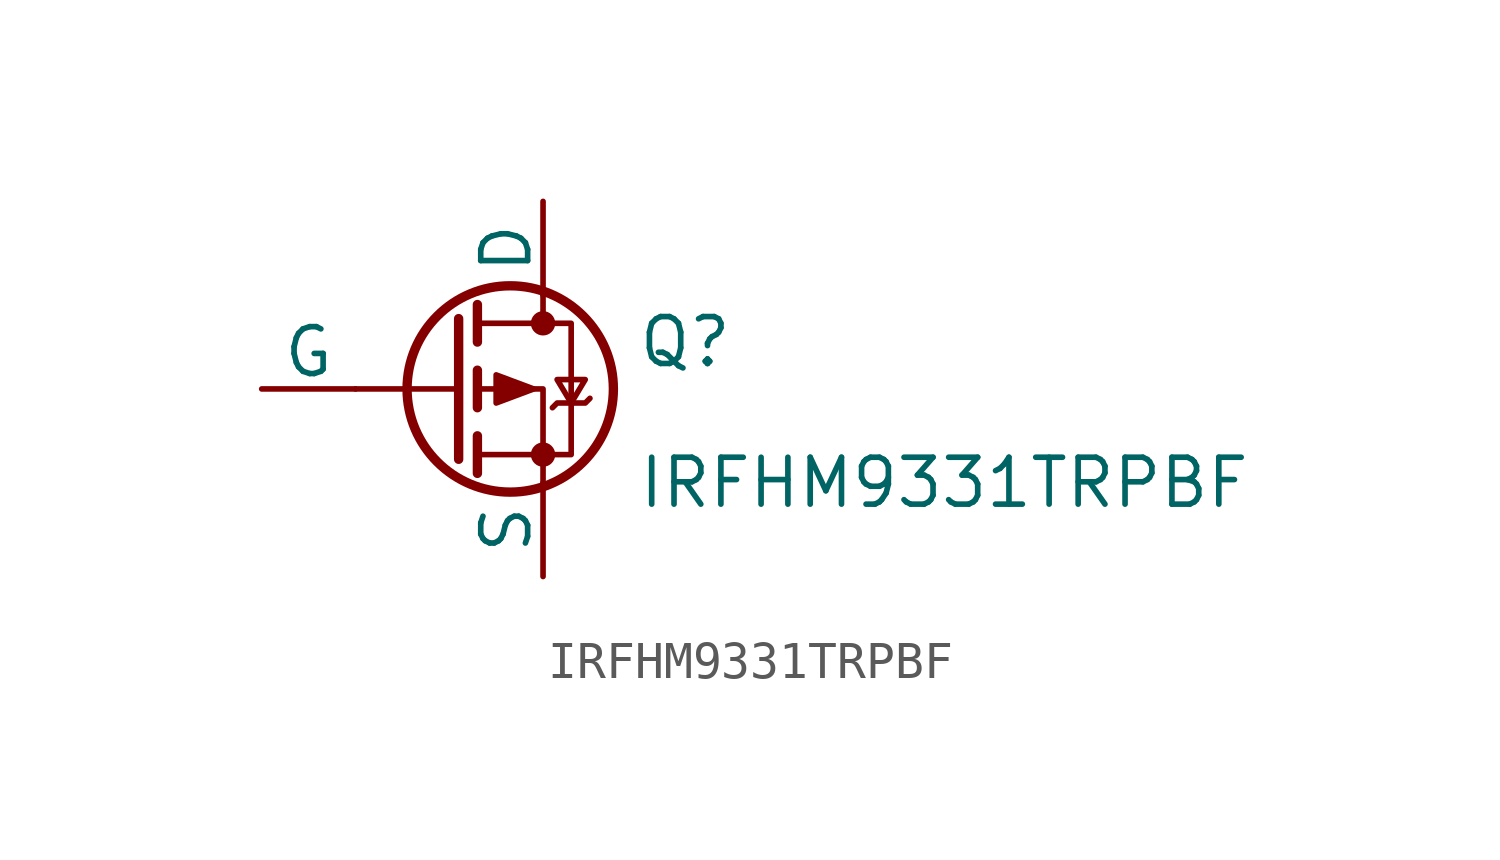
<source format=kicad_sym>
(kicad_symbol_lib
  (version 20220914)
  (generator kicad_symbol_editor)
  (symbol "IRFHM9331TRPBF"
    (pin_numbers hide)
    (pin_names
      (offset 0))
    (property "Reference" "Q"
      (at 5.08 1.27 0)
      (effects (font (size 1.27 1.27)) (justify left)))
    (property "Value" "IRFHM9331TRPBF"
      (at 5.08 -2.54 0)
      (effects (font (size 1.27 1.27)) (justify left)))
    (symbol "IRFHM9331TRPBF_0_1"
      (polyline (pts (xy 0.254 0) (xy -2.54 0)) (stroke (width 0) (type default)) (fill (type none)))
      (polyline (pts (xy 0.254 1.905) (xy 0.254 -1.905)) (stroke (width 0.254) (type default)) (fill (type none)))
      (polyline (pts (xy 0.762 -1.27) (xy 0.762 -2.286)) (stroke (width 0.254) (type default)) (fill (type none)))
      (polyline (pts (xy 0.762 0.508) (xy 0.762 -0.508)) (stroke (width 0.254) (type default)) (fill (type none)))
      (polyline (pts (xy 0.762 2.286) (xy 0.762 1.27)) (stroke (width 0.254) (type default)) (fill (type none)))
      (polyline (pts (xy 2.54 2.54) (xy 2.54 1.778)) (stroke (width 0) (type default)) (fill (type none)))
      (polyline (pts (xy 2.54 -2.54) (xy 2.54 0) (xy 0.762 0)) (stroke (width 0) (type default)) (fill (type none)))
      (polyline (pts (xy 0.762 1.778) (xy 3.302 1.778) (xy 3.302 -1.778) (xy 0.762 -1.778)) (stroke (width 0) (type default)) (fill (type none)))
      (polyline (pts (xy 2.286 0) (xy 1.27 0.381) (xy 1.27 -0.381) (xy 2.286 0)) (stroke (width 0) (type default)) (fill (type outline)))
      (polyline (pts (xy 2.794 -0.508) (xy 2.921 -0.381) (xy 3.683 -0.381) (xy 3.81 -0.254)) (stroke (width 0) (type default)) (fill (type none)))
      (polyline (pts (xy 3.302 -0.381) (xy 2.921 0.254) (xy 3.683 0.254) (xy 3.302 -0.381)) (stroke (width 0) (type default)) (fill (type none)))
      (circle (center 1.651 0) (radius 2.794) (stroke (width 0.254) (type default)) (fill (type none)))
      (circle (center 2.54 -1.778) (radius 0.254) (stroke (width 0) (type default)) (fill (type outline)))
      (circle (center 2.54 1.778) (radius 0.254) (stroke (width 0) (type default)) (fill (type outline))))
    (symbol "IRFHM9331TRPBF_1_1"
      (pin passive line (at 2.54 -5.08 90) (length 2.54) (name "S" (effects (font (size 1.27 1.27)))) (number "1" (effects (font (size 1.27 1.27)))))
      (pin passive line (at 2.54 -5.08 90) (length 2.54) hide (name "S" (effects (font (size 1.27 1.27)))) (number "10" (effects (font (size 1.27 1.27)))))
      (pin passive line (at 2.54 -5.08 90) (length 2.54) hide (name "S" (effects (font (size 1.27 1.27)))) (number "2" (effects (font (size 1.27 1.27)))))
      (pin passive line (at 2.54 -5.08 90) (length 2.54) hide (name "S" (effects (font (size 1.27 1.27)))) (number "3" (effects (font (size 1.27 1.27)))))
      (pin input line (at -5.08 0 0) (length 2.54) (name "G" (effects (font (size 1.27 1.27)))) (number "4" (effects (font (size 1.27 1.27)))))
      (pin passive line (at 2.54 5.08 270) (length 2.54) (name "D" (effects (font (size 1.27 1.27)))) (number "5" (effects (font (size 1.27 1.27)))))
      (pin passive line (at 2.54 5.08 270) (length 2.54) hide (name "D" (effects (font (size 1.27 1.27)))) (number "6" (effects (font (size 1.27 1.27)))))
      (pin passive line (at 2.54 5.08 270) (length 2.54) hide (name "D" (effects (font (size 1.27 1.27)))) (number "7" (effects (font (size 1.27 1.27)))))
      (pin passive line (at 2.54 5.08 270) (length 2.54) hide (name "D" (effects (font (size 1.27 1.27)))) (number "8" (effects (font (size 1.27 1.27)))))
      (pin passive line (at 2.54 5.08 270) (length 2.54) hide (name "D" (effects (font (size 1.27 1.27)))) (number "9" (effects (font (size 1.27 1.27))))))))
</source>
